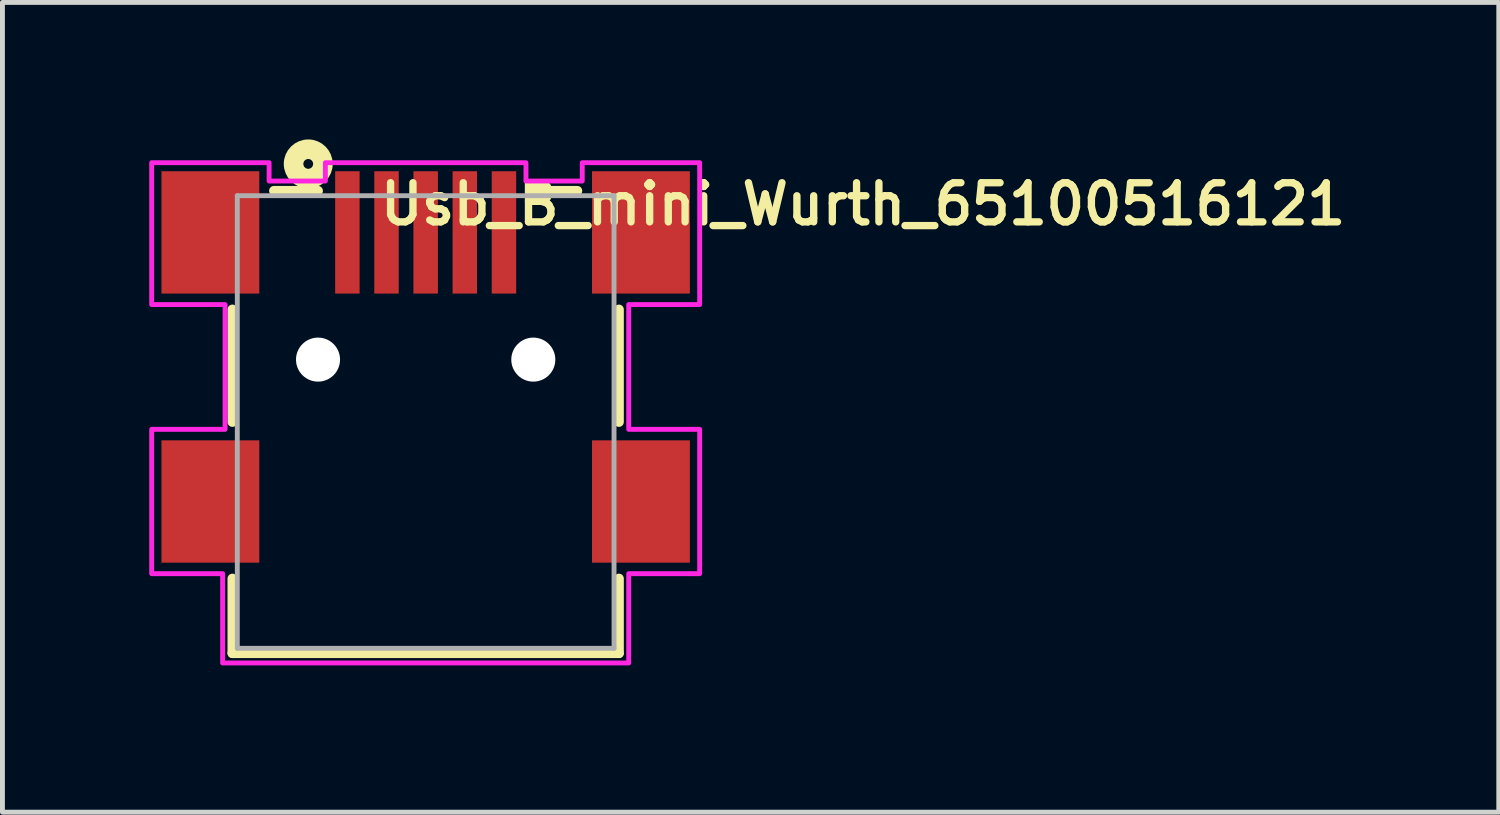
<source format=kicad_pcb>
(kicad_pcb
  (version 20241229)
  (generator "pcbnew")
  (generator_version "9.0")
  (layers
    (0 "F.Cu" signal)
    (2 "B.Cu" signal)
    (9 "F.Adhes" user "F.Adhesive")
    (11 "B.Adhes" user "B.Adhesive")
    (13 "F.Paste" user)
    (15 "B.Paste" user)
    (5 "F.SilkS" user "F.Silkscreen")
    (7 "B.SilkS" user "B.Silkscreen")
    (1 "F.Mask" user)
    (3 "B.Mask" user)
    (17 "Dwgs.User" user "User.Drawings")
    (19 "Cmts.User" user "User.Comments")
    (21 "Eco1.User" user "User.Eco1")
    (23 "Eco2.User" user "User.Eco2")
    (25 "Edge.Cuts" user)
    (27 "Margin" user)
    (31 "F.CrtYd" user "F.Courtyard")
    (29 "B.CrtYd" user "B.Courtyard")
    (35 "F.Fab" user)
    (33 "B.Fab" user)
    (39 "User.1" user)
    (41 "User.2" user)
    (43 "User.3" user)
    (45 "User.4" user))
  (footprint "Usb_B_mini_Wurth_65100516121"
    (layer "F.Cu")
    (at 5.65 5.575)
    (property "Reference" "Usb_B_mini_Wurth_65100516121" (at 8.94 -4.453 0) (layer "F.SilkS") (effects (font (size 0.8 0.8) (thickness 0.15))))
    (attr smd)
    (fp_line (start -3.95 -2.3) (end -3.95 0) (stroke (width 0.2) (type solid)) (layer "F.SilkS"))
    (fp_line (start -3.95 3.2) (end -3.95 4.725) (stroke (width 0.2) (type solid)) (layer "F.SilkS"))
    (fp_line (start -3.95 4.725) (end 3.95 4.725) (stroke (width 0.2) (type solid)) (layer "F.SilkS"))
    (fp_line (start -3.1 -4.725) (end -2.2 -4.725) (stroke (width 0.2) (type solid)) (layer "F.SilkS"))
    (fp_line (start 2.2 -4.725) (end 3.1 -4.725) (stroke (width 0.2) (type solid)) (layer "F.SilkS"))
    (fp_line (start 3.95 0) (end 3.95 -2.3) (stroke (width 0.2) (type solid)) (layer "F.SilkS"))
    (fp_line (start 3.95 4.725) (end 3.95 3.2) (stroke (width 0.2) (type solid)) (layer "F.SilkS"))
    (fp_circle (center -2.4 -5.275) (end -2.3 -5.275) (stroke (width 0.4) (type solid)) (fill no) (layer "F.SilkS"))
    (fp_poly (pts (xy -5.6 -5.3) (xy -3.2 -5.3) (xy -3.2 -4.925) (xy -2.05 -4.925) (xy -2.05 -5.3) (xy 2.05 -5.3) (xy 2.05 -4.925) (xy 3.2 -4.925) (xy 3.2 -5.3) (xy 5.6 -5.3) (xy 5.6 -2.4) (xy 4.15 -2.4) (xy 4.15 0.15) (xy 5.6 0.15) (xy 5.6 3.1) (xy 4.15 3.1) (xy 4.15 4.925) (xy -4.15 4.925) (xy -4.15 3.1) (xy -5.6 3.1) (xy -5.6 0.15) (xy -4.1 0.15) (xy -4.1 -2.4) (xy -5.6 -2.4)) (stroke (width 0.1) (type solid)) (fill no) (layer "F.CrtYd"))
    (fp_line (start -3.85 -4.625) (end -3.85 4.625) (stroke (width 0.1) (type solid)) (layer "F.Fab"))
    (fp_line (start -3.85 4.625) (end 3.85 4.625) (stroke (width 0.1) (type solid)) (layer "F.Fab"))
    (fp_line (start 3.85 -4.625) (end -3.85 -4.625) (stroke (width 0.1) (type solid)) (layer "F.Fab"))
    (fp_line (start 3.85 4.625) (end 3.85 -4.625) (stroke (width 0.1) (type solid)) (layer "F.Fab"))
    (pad "" np_thru_hole circle (at -2.2 -1.275) (size 0.9 0.9) (drill 0.9) (layers "*.Cu" "*.Mask"))
    (pad "" np_thru_hole circle (at 2.2 -1.275) (size 0.9 0.9) (drill 0.9) (layers "*.Cu" "*.Mask"))
    (pad "1" smd rect (at -1.6 -3.875) (size 0.5 2.5) (layers "F.Cu" "F.Mask" "F.Paste"))
    (pad "2" smd rect (at -0.8 -3.875) (size 0.5 2.5) (layers "F.Cu" "F.Mask" "F.Paste"))
    (pad "3" smd rect (at 0 -3.875) (size 0.5 2.5) (layers "F.Cu" "F.Mask" "F.Paste"))
    (pad "4" smd rect (at 0.8 -3.875) (size 0.5 2.5) (layers "F.Cu" "F.Mask" "F.Paste"))
    (pad "5" smd rect (at 1.6 -3.875) (size 0.5 2.5) (layers "F.Cu" "F.Mask" "F.Paste"))
    (pad "S1" smd rect (at -4.4 -3.875) (size 2 2.5) (layers "F.Cu" "F.Mask" "F.Paste"))
    (pad "S2" smd rect (at 4.4 -3.875) (size 2 2.5) (layers "F.Cu" "F.Mask" "F.Paste"))
    (pad "S3" smd rect (at 4.4 1.625) (size 2 2.5) (layers "F.Cu" "F.Mask" "F.Paste"))
    (pad "S4" smd rect (at -4.4 1.625) (size 2 2.5) (layers "F.Cu" "F.Mask" "F.Paste")))
  (gr_rect
    (start -3 -3)
    (end 27.583 13.55)
    (stroke (width 0.1) (type default))
    (fill no)
    (layer "Edge.Cuts")))
</source>
